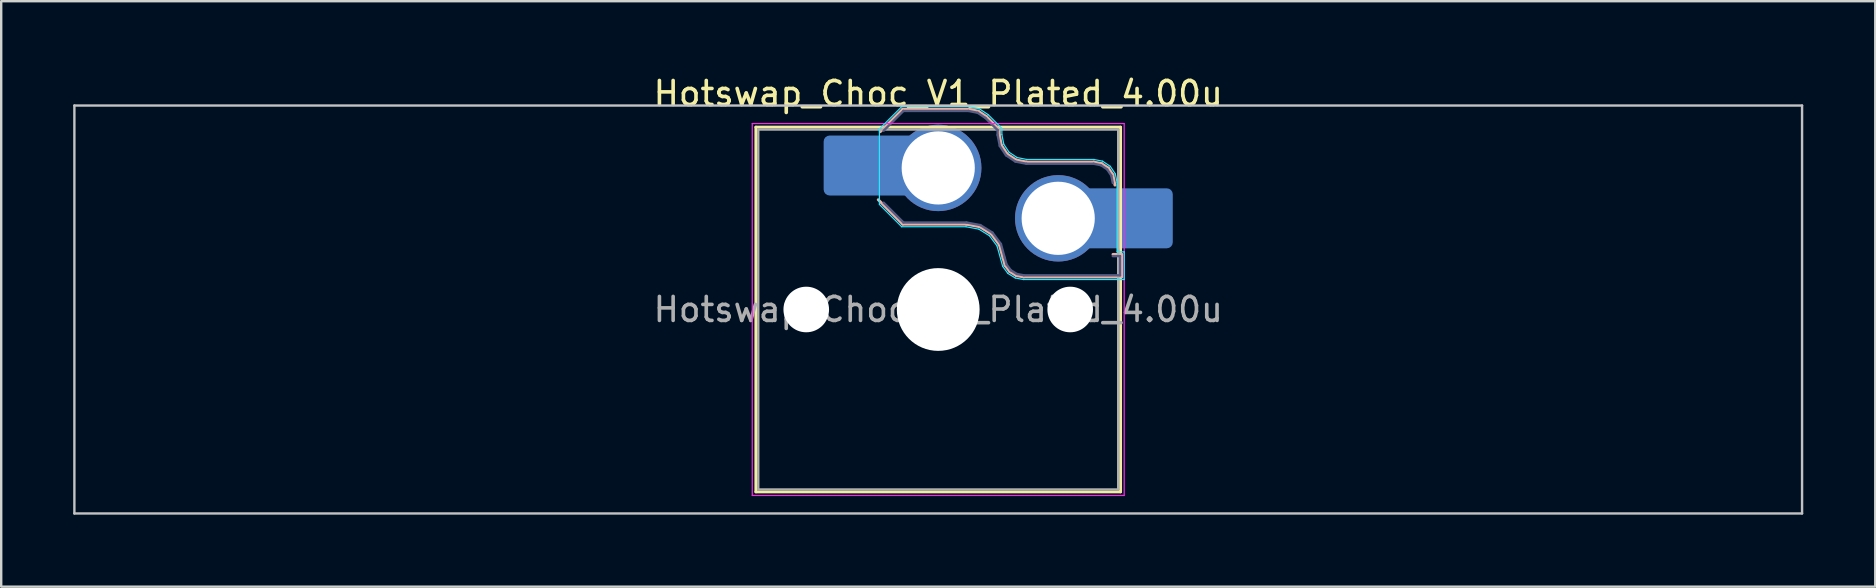
<source format=kicad_pcb>
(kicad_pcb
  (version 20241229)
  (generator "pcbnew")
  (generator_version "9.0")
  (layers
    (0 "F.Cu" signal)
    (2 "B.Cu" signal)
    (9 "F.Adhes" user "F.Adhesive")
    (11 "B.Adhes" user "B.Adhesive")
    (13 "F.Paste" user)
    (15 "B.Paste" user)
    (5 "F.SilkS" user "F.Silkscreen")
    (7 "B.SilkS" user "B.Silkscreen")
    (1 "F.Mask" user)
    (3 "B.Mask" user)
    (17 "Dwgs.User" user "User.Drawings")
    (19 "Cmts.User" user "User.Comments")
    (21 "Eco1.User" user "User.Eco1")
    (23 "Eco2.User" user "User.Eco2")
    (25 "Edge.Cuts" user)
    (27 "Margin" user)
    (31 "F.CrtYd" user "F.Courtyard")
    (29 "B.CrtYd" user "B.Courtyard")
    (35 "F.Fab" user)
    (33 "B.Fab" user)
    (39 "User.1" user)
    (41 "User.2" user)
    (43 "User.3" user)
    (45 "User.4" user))
  (footprint "Hotswap_Choc_V1_Plated_4.00u"
    (layer "F.Cu")
    (at 36.05 9.848)
    (property "Reference" "Hotswap_Choc_V1_Plated_4.00u" (at 0 -9 0) (layer "F.SilkS") (effects (font (size 1 1) (thickness 0.15))))
    (attr smd)
    (fp_line (start -7.6 -7.6) (end -7.6 7.6) (stroke (width 0.12) (type solid)) (layer "F.SilkS"))
    (fp_line (start -7.6 7.6) (end 7.6 7.6) (stroke (width 0.12) (type solid)) (layer "F.SilkS"))
    (fp_line (start 7.6 -7.6) (end -7.6 -7.6) (stroke (width 0.12) (type solid)) (layer "F.SilkS"))
    (fp_line (start 7.6 7.6) (end 7.6 -7.6) (stroke (width 0.12) (type solid)) (layer "F.SilkS"))
    (fp_line (start -2.416 -7.409) (end -1.479 -8.346) (stroke (width 0.12) (type solid)) (layer "B.SilkS"))
    (fp_line (start -1.479 -8.346) (end 1.268 -8.346) (stroke (width 0.12) (type solid)) (layer "B.SilkS"))
    (fp_line (start -1.479 -3.554) (end -2.5 -4.575) (stroke (width 0.12) (type solid)) (layer "B.SilkS"))
    (fp_line (start 1.168 -3.554) (end -1.479 -3.554) (stroke (width 0.12) (type solid)) (layer "B.SilkS"))
    (fp_line (start 1.268 -8.346) (end 1.671 -8.266) (stroke (width 0.12) (type solid)) (layer "B.SilkS"))
    (fp_line (start 1.671 -8.266) (end 2.013 -8.037) (stroke (width 0.12) (type solid)) (layer "B.SilkS"))
    (fp_line (start 1.73 -3.449) (end 1.168 -3.554) (stroke (width 0.12) (type solid)) (layer "B.SilkS"))
    (fp_line (start 2.013 -8.037) (end 2.546 -7.504) (stroke (width 0.12) (type solid)) (layer "B.SilkS"))
    (fp_line (start 2.209 -3.15) (end 1.73 -3.449) (stroke (width 0.12) (type solid)) (layer "B.SilkS"))
    (fp_line (start 2.546 -7.504) (end 2.546 -7.282) (stroke (width 0.12) (type solid)) (layer "B.SilkS"))
    (fp_line (start 2.546 -7.282) (end 2.633 -6.844) (stroke (width 0.12) (type solid)) (layer "B.SilkS"))
    (fp_line (start 2.547 -2.697) (end 2.209 -3.15) (stroke (width 0.12) (type solid)) (layer "B.SilkS"))
    (fp_line (start 2.633 -6.844) (end 2.877 -6.477) (stroke (width 0.12) (type solid)) (layer "B.SilkS"))
    (fp_line (start 2.701 -2.139) (end 2.547 -2.697) (stroke (width 0.12) (type solid)) (layer "B.SilkS"))
    (fp_line (start 2.783 -1.841) (end 2.701 -2.139) (stroke (width 0.12) (type solid)) (layer "B.SilkS"))
    (fp_line (start 2.877 -6.477) (end 3.244 -6.233) (stroke (width 0.12) (type solid)) (layer "B.SilkS"))
    (fp_line (start 2.976 -1.583) (end 2.783 -1.841) (stroke (width 0.12) (type solid)) (layer "B.SilkS"))
    (fp_line (start 3.244 -6.233) (end 3.682 -6.146) (stroke (width 0.12) (type solid)) (layer "B.SilkS"))
    (fp_line (start 3.25 -1.413) (end 2.976 -1.583) (stroke (width 0.12) (type solid)) (layer "B.SilkS"))
    (fp_line (start 3.56 -1.354) (end 3.25 -1.413) (stroke (width 0.12) (type solid)) (layer "B.SilkS"))
    (fp_line (start 3.682 -6.146) (end 6.482 -6.146) (stroke (width 0.12) (type solid)) (layer "B.SilkS"))
    (fp_line (start 6.482 -6.146) (end 6.809 -6.081) (stroke (width 0.12) (type solid)) (layer "B.SilkS"))
    (fp_line (start 6.809 -6.081) (end 7.092 -5.892) (stroke (width 0.12) (type solid)) (layer "B.SilkS"))
    (fp_line (start 7.092 -5.892) (end 7.281 -5.609) (stroke (width 0.12) (type solid)) (layer "B.SilkS"))
    (fp_line (start 7.281 -5.609) (end 7.366 -5.182) (stroke (width 0.12) (type solid)) (layer "B.SilkS"))
    (fp_line (start 7.283 -2.296) (end 7.646 -2.296) (stroke (width 0.12) (type solid)) (layer "B.SilkS"))
    (fp_line (start 7.646 -2.296) (end 7.646 -1.354) (stroke (width 0.12) (type solid)) (layer "B.SilkS"))
    (fp_line (start 7.646 -1.354) (end 3.56 -1.354) (stroke (width 0.12) (type solid)) (layer "B.SilkS"))
    (fp_line (start -36 -8.5) (end -36 8.5) (stroke (width 0.1) (type solid)) (layer "Dwgs.User"))
    (fp_line (start -36 8.5) (end 36 8.5) (stroke (width 0.1) (type solid)) (layer "Dwgs.User"))
    (fp_line (start 36 -8.5) (end -36 -8.5) (stroke (width 0.1) (type solid)) (layer "Dwgs.User"))
    (fp_line (start 36 8.5) (end 36 -8.5) (stroke (width 0.1) (type solid)) (layer "Dwgs.User"))
    (fp_line (start -7.25 -7.25) (end -7.25 7.25) (stroke (width 0.1) (type solid)) (layer "Eco1.User"))
    (fp_line (start -7.25 7.25) (end 7.25 7.25) (stroke (width 0.1) (type solid)) (layer "Eco1.User"))
    (fp_line (start 7.25 -7.25) (end -7.25 -7.25) (stroke (width 0.1) (type solid)) (layer "Eco1.User"))
    (fp_line (start 7.25 7.25) (end 7.25 -7.25) (stroke (width 0.1) (type solid)) (layer "Eco1.User"))
    (fp_line (start -2.452 -7.523) (end -1.523 -8.452) (stroke (width 0.05) (type solid)) (layer "B.CrtYd"))
    (fp_line (start -2.452 -4.377) (end -2.452 -7.523) (stroke (width 0.05) (type solid)) (layer "B.CrtYd"))
    (fp_line (start -1.523 -8.452) (end 1.278 -8.452) (stroke (width 0.05) (type solid)) (layer "B.CrtYd"))
    (fp_line (start -1.523 -3.448) (end -2.452 -4.377) (stroke (width 0.05) (type solid)) (layer "B.CrtYd"))
    (fp_line (start 1.159 -3.448) (end -1.523 -3.448) (stroke (width 0.05) (type solid)) (layer "B.CrtYd"))
    (fp_line (start 1.278 -8.452) (end 1.712 -8.366) (stroke (width 0.05) (type solid)) (layer "B.CrtYd"))
    (fp_line (start 1.691 -3.348) (end 1.159 -3.448) (stroke (width 0.05) (type solid)) (layer "B.CrtYd"))
    (fp_line (start 1.712 -8.366) (end 2.081 -8.119) (stroke (width 0.05) (type solid)) (layer "B.CrtYd"))
    (fp_line (start 2.081 -8.119) (end 2.652 -7.548) (stroke (width 0.05) (type solid)) (layer "B.CrtYd"))
    (fp_line (start 2.136 -3.071) (end 1.691 -3.348) (stroke (width 0.05) (type solid)) (layer "B.CrtYd"))
    (fp_line (start 2.45 -2.65) (end 2.136 -3.071) (stroke (width 0.05) (type solid)) (layer "B.CrtYd"))
    (fp_line (start 2.599 -2.111) (end 2.45 -2.65) (stroke (width 0.05) (type solid)) (layer "B.CrtYd"))
    (fp_line (start 2.652 -7.548) (end 2.652 -7.292) (stroke (width 0.05) (type solid)) (layer "B.CrtYd"))
    (fp_line (start 2.652 -7.292) (end 2.733 -6.885) (stroke (width 0.05) (type solid)) (layer "B.CrtYd"))
    (fp_line (start 2.687 -1.794) (end 2.599 -2.111) (stroke (width 0.05) (type solid)) (layer "B.CrtYd"))
    (fp_line (start 2.733 -6.885) (end 2.953 -6.553) (stroke (width 0.05) (type solid)) (layer "B.CrtYd"))
    (fp_line (start 2.903 -1.503) (end 2.687 -1.794) (stroke (width 0.05) (type solid)) (layer "B.CrtYd"))
    (fp_line (start 2.953 -6.553) (end 3.285 -6.333) (stroke (width 0.05) (type solid)) (layer "B.CrtYd"))
    (fp_line (start 3.211 -1.312) (end 2.903 -1.503) (stroke (width 0.05) (type solid)) (layer "B.CrtYd"))
    (fp_line (start 3.285 -6.333) (end 3.692 -6.252) (stroke (width 0.05) (type solid)) (layer "B.CrtYd"))
    (fp_line (start 3.55 -1.248) (end 3.211 -1.312) (stroke (width 0.05) (type solid)) (layer "B.CrtYd"))
    (fp_line (start 3.692 -6.252) (end 6.492 -6.252) (stroke (width 0.05) (type solid)) (layer "B.CrtYd"))
    (fp_line (start 6.492 -6.252) (end 6.85 -6.181) (stroke (width 0.05) (type solid)) (layer "B.CrtYd"))
    (fp_line (start 6.85 -6.181) (end 7.168 -5.968) (stroke (width 0.05) (type solid)) (layer "B.CrtYd"))
    (fp_line (start 7.168 -5.968) (end 7.381 -5.65) (stroke (width 0.05) (type solid)) (layer "B.CrtYd"))
    (fp_line (start 7.381 -5.65) (end 7.452 -5.292) (stroke (width 0.05) (type solid)) (layer "B.CrtYd"))
    (fp_line (start 7.452 -5.292) (end 7.452 -2.402) (stroke (width 0.05) (type solid)) (layer "B.CrtYd"))
    (fp_line (start 7.452 -2.402) (end 7.752 -2.402) (stroke (width 0.05) (type solid)) (layer "B.CrtYd"))
    (fp_line (start 7.752 -2.402) (end 7.752 -1.248) (stroke (width 0.05) (type solid)) (layer "B.CrtYd"))
    (fp_line (start 7.752 -1.248) (end 3.55 -1.248) (stroke (width 0.05) (type solid)) (layer "B.CrtYd"))
    (fp_line (start -7.75 -7.75) (end -7.75 7.75) (stroke (width 0.05) (type solid)) (layer "F.CrtYd"))
    (fp_line (start -7.75 7.75) (end 7.75 7.75) (stroke (width 0.05) (type solid)) (layer "F.CrtYd"))
    (fp_line (start 7.75 -7.75) (end -7.75 -7.75) (stroke (width 0.05) (type solid)) (layer "F.CrtYd"))
    (fp_line (start 7.75 7.75) (end 7.75 -7.75) (stroke (width 0.05) (type solid)) (layer "F.CrtYd"))
    (fp_line (start -2.275 -7.45) (end -1.45 -8.275) (stroke (width 0.1) (type solid)) (layer "B.Fab"))
    (fp_line (start -1.45 -8.275) (end 1.261 -8.275) (stroke (width 0.1) (type solid)) (layer "B.Fab"))
    (fp_line (start -1.45 -3.625) (end -2.275 -4.45) (stroke (width 0.1) (type solid)) (layer "B.Fab"))
    (fp_line (start 1.175 -3.625) (end -1.45 -3.625) (stroke (width 0.1) (type solid)) (layer "B.Fab"))
    (fp_line (start 1.261 -8.275) (end 1.643 -8.199) (stroke (width 0.1) (type solid)) (layer "B.Fab"))
    (fp_line (start 1.643 -8.199) (end 1.968 -7.982) (stroke (width 0.1) (type solid)) (layer "B.Fab"))
    (fp_line (start 1.756 -3.516) (end 1.175 -3.625) (stroke (width 0.1) (type solid)) (layer "B.Fab"))
    (fp_line (start 1.968 -7.982) (end 2.475 -7.475) (stroke (width 0.1) (type solid)) (layer "B.Fab"))
    (fp_line (start 2.258 -3.203) (end 1.756 -3.516) (stroke (width 0.1) (type solid)) (layer "B.Fab"))
    (fp_line (start 2.475 -7.475) (end 2.475 -7.275) (stroke (width 0.1) (type solid)) (layer "B.Fab"))
    (fp_line (start 2.475 -7.275) (end 2.566 -6.816) (stroke (width 0.1) (type solid)) (layer "B.Fab"))
    (fp_line (start 2.566 -6.816) (end 2.826 -6.426) (stroke (width 0.1) (type solid)) (layer "B.Fab"))
    (fp_line (start 2.612 -2.729) (end 2.258 -3.203) (stroke (width 0.1) (type solid)) (layer "B.Fab"))
    (fp_line (start 2.769 -2.158) (end 2.612 -2.729) (stroke (width 0.1) (type solid)) (layer "B.Fab"))
    (fp_line (start 2.826 -6.426) (end 3.216 -6.166) (stroke (width 0.1) (type solid)) (layer "B.Fab"))
    (fp_line (start 2.848 -1.873) (end 2.769 -2.158) (stroke (width 0.1) (type solid)) (layer "B.Fab"))
    (fp_line (start 3.025 -1.636) (end 2.848 -1.873) (stroke (width 0.1) (type solid)) (layer "B.Fab"))
    (fp_line (start 3.216 -6.166) (end 3.675 -6.075) (stroke (width 0.1) (type solid)) (layer "B.Fab"))
    (fp_line (start 3.276 -1.48) (end 3.025 -1.636) (stroke (width 0.1) (type solid)) (layer "B.Fab"))
    (fp_line (start 3.567 -1.425) (end 3.276 -1.48) (stroke (width 0.1) (type solid)) (layer "B.Fab"))
    (fp_line (start 3.675 -6.075) (end 6.475 -6.075) (stroke (width 0.1) (type solid)) (layer "B.Fab"))
    (fp_line (start 6.475 -6.075) (end 6.781 -6.014) (stroke (width 0.1) (type solid)) (layer "B.Fab"))
    (fp_line (start 6.781 -6.014) (end 7.041 -5.841) (stroke (width 0.1) (type solid)) (layer "B.Fab"))
    (fp_line (start 7.041 -5.841) (end 7.214 -5.581) (stroke (width 0.1) (type solid)) (layer "B.Fab"))
    (fp_line (start 7.214 -5.581) (end 7.275 -5.275) (stroke (width 0.1) (type solid)) (layer "B.Fab"))
    (fp_line (start 7.275 -2.225) (end 7.575 -2.225) (stroke (width 0.1) (type solid)) (layer "B.Fab"))
    (fp_line (start 7.575 -2.225) (end 7.575 -1.425) (stroke (width 0.1) (type solid)) (layer "B.Fab"))
    (fp_line (start 7.575 -1.425) (end 3.567 -1.425) (stroke (width 0.1) (type solid)) (layer "B.Fab"))
    (fp_line (start -7.5 -7.5) (end -7.5 7.5) (stroke (width 0.1) (type solid)) (layer "F.Fab"))
    (fp_line (start -7.5 7.5) (end 7.5 7.5) (stroke (width 0.1) (type solid)) (layer "F.Fab"))
    (fp_line (start 7.5 -7.5) (end -7.5 -7.5) (stroke (width 0.1) (type solid)) (layer "F.Fab"))
    (fp_line (start 7.5 7.5) (end 7.5 -7.5) (stroke (width 0.1) (type solid)) (layer "F.Fab"))
    (fp_text user "${REFERENCE}" (at 0 0 0) (layer "F.Fab") (effects (font (size 1 1) (thickness 0.15))))
    (pad "" np_thru_hole circle (at -5.5 0) (size 1.9 1.9) (drill 1.9) (layers "*.Cu" "*.Mask"))
    (pad "" smd roundrect (at -3.5 -6) (size 2.55 2.5) (layers "B.Mask" "B.Paste") (roundrect_rratio 0.1))
    (pad "" np_thru_hole circle (at 0 0) (size 3.45 3.45) (drill 3.45) (layers "*.Cu" "*.Mask"))
    (pad "" np_thru_hole circle (at 5.5 0) (size 1.9 1.9) (drill 1.9) (layers "*.Cu" "*.Mask"))
    (pad "" smd roundrect (at 8.5 -3.8) (size 2.55 2.5) (layers "B.Mask" "B.Paste") (roundrect_rratio 0.1))
    (pad "1" smd roundrect (at -2.85 -6) (size 3.85 2.5) (layers "B.Cu") (roundrect_rratio 0.1))
    (pad "1" thru_hole circle (at 0 -5.9) (size 3.6 3.6) (drill 3.05) (layers "*.Cu" "*.Mask"))
    (pad "2" thru_hole circle (at 5 -3.8) (size 3.6 3.6) (drill 3.05) (layers "*.Cu" "*.Mask"))
    (pad "2" smd roundrect (at 7.85 -3.8) (size 3.85 2.5) (layers "B.Cu") (roundrect_rratio 0.1)))
  (gr_rect
    (start -3 -3)
    (end 75.1 21.398)
    (stroke (width 0.1) (type default))
    (fill no)
    (layer "Edge.Cuts")))
</source>
